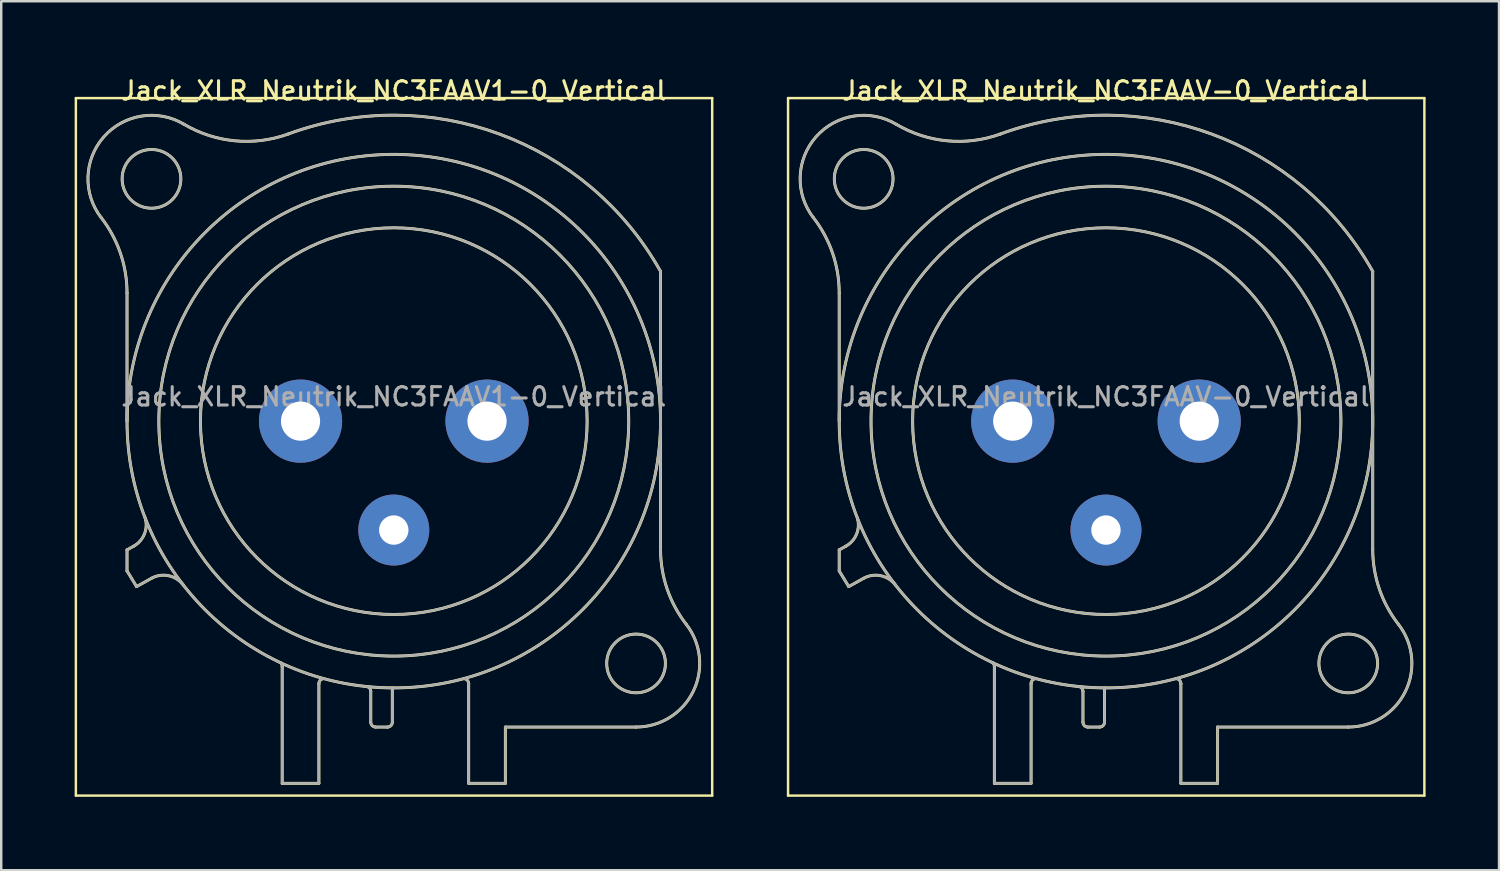
<source format=kicad_pcb>
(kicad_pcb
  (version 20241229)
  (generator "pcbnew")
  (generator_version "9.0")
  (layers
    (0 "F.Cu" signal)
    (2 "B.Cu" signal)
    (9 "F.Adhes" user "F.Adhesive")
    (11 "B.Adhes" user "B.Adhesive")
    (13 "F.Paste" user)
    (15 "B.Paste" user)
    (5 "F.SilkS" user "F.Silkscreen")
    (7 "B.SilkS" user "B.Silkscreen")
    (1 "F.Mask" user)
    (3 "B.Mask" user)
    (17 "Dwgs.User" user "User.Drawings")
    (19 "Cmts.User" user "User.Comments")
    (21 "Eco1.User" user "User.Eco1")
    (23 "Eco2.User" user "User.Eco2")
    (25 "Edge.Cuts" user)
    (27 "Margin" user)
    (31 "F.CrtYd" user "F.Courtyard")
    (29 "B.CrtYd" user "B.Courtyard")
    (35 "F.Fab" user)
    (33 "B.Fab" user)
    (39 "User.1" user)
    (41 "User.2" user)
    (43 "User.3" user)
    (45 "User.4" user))
  (footprint "Jack_XLR_Neutrik_NC3FAAV-0_Vertical"
    (layer "F.Cu")
    (at 45.95 14.158)
    (property "Reference" "Jack_XLR_Neutrik_NC3FAAV-0_Vertical" (at -3.81 -13.5 0) (layer "F.SilkS") (effects (font (size 0.75 0.75) (thickness 0.125))))
    (attr through_hole)
    (fp_line (start -16.8 -13.2) (end 9.2 -13.2) (stroke (width 0.1) (type solid)) (layer "F.SilkS"))
    (fp_line (start -16.8 15.3) (end -16.8 -13.2) (stroke (width 0.1) (type solid)) (layer "F.SilkS"))
    (fp_line (start -14.71 0) (end -14.71 -5.24) (stroke (width 0.12) (type solid)) (layer "F.SilkS"))
    (fp_line (start -14.71 5.26) (end -14.44 5.11) (stroke (width 0.12) (type solid)) (layer "F.SilkS"))
    (fp_line (start -14.71 6.12) (end -14.71 5.26) (stroke (width 0.12) (type solid)) (layer "F.SilkS"))
    (fp_line (start -14.32 6.76) (end -14.71 6.12) (stroke (width 0.12) (type solid)) (layer "F.SilkS"))
    (fp_line (start -13.71 6.42) (end -14.32 6.76) (stroke (width 0.12) (type solid)) (layer "F.SilkS"))
    (fp_line (start -8.37 10.03) (end -8.37 14.8) (stroke (width 0.12) (type solid)) (layer "F.SilkS"))
    (fp_line (start -6.87 14.8) (end -8.37 14.8) (stroke (width 0.12) (type solid)) (layer "F.SilkS"))
    (fp_line (start -6.87 14.8) (end -6.87 10.73) (stroke (width 0.12) (type solid)) (layer "F.SilkS"))
    (fp_line (start -4.75 11.04) (end -4.75 12.3) (stroke (width 0.12) (type solid)) (layer "F.SilkS"))
    (fp_line (start -4.07 12.5) (end -4.55 12.5) (stroke (width 0.12) (type solid)) (layer "F.SilkS"))
    (fp_line (start -3.87 10.9) (end -3.87 12.3) (stroke (width 0.12) (type solid)) (layer "F.SilkS"))
    (fp_line (start -0.75 10.73) (end -0.75 10.73) (stroke (width 0.12) (type solid)) (layer "F.SilkS"))
    (fp_line (start -0.75 14.8) (end -0.75 10.73) (stroke (width 0.12) (type solid)) (layer "F.SilkS"))
    (fp_line (start 0.75 12.5) (end 6.09 12.5) (stroke (width 0.12) (type solid)) (layer "F.SilkS"))
    (fp_line (start 0.75 14.8) (end -0.75 14.8) (stroke (width 0.12) (type solid)) (layer "F.SilkS"))
    (fp_line (start 0.75 14.8) (end 0.75 12.5) (stroke (width 0.12) (type solid)) (layer "F.SilkS"))
    (fp_line (start 7.09 5.24) (end 7.09 -6.12) (stroke (width 0.12) (type solid)) (layer "F.SilkS"))
    (fp_line (start 9.2 -13.2) (end 9.2 15.3) (stroke (width 0.1) (type solid)) (layer "F.SilkS"))
    (fp_line (start 9.2 15.3) (end -16.8 15.3) (stroke (width 0.1) (type solid)) (layer "F.SilkS"))
    (fp_arc (start -15.766689 -8.317569) (mid -14.98153 -6.866962) (end -14.71 -5.24) (stroke (width 0.12) (type solid)) (layer "F.SilkS"))
    (fp_arc (start -15.761979 -8.309032) (mid -15.65429 -11.620911) (end -12.38 -12.13) (stroke (width 0.12) (type solid)) (layer "F.SilkS"))
    (fp_arc (start -13.969214 3.951372) (mid -13.999461 4.614043) (end -14.44 5.11) (stroke (width 0.12) (type solid)) (layer "F.SilkS"))
    (fp_arc (start -13.71 6.42) (mid -13.01025 6.315915) (end -12.412202 6.693832) (stroke (width 0.12) (type solid)) (layer "F.SilkS"))
    (fp_arc (start -8.436364 9.870864) (mid -8.385177 9.942924) (end -8.37 10.03) (stroke (width 0.12) (type solid)) (layer "F.SilkS"))
    (fp_arc (start -8.12905 -11.730738) (mid 0.51404 -11.7289) (end 7.09 -6.12) (stroke (width 0.12) (type solid)) (layer "F.SilkS"))
    (fp_arc (start -8.118081 -11.733841) (mid -10.293498 -11.453642) (end -12.38 -12.13) (stroke (width 0.12) (type solid)) (layer "F.SilkS"))
    (fp_arc (start -6.87 10.73) (mid -6.814828 10.588126) (end -6.678303 10.520799) (stroke (width 0.12) (type solid)) (layer "F.SilkS"))
    (fp_arc (start -4.908418 10.84437) (mid -4.794571 10.914136) (end -4.75 11.04) (stroke (width 0.12) (type solid)) (layer "F.SilkS"))
    (fp_arc (start -4.55 12.5) (mid -4.691421 12.441421) (end -4.75 12.3) (stroke (width 0.12) (type solid)) (layer "F.SilkS"))
    (fp_arc (start -3.87 12.3) (mid -3.928579 12.441421) (end -4.07 12.5) (stroke (width 0.12) (type solid)) (layer "F.SilkS"))
    (fp_arc (start -0.949009 10.520288) (mid -0.807671 10.585446) (end -0.75 10.73) (stroke (width 0.12) (type solid)) (layer "F.SilkS"))
    (fp_arc (start 8.141619 8.302858) (mid 8.42587 11.041804) (end 6.09 12.5) (stroke (width 0.12) (type solid)) (layer "F.SilkS"))
    (fp_arc (start 8.14247 8.305283) (mid 7.360446 6.860467) (end 7.09 5.24) (stroke (width 0.12) (type solid)) (layer "F.SilkS"))
    (fp_circle (center -13.71 -9.9) (end -12.51 -9.9) (stroke (width 0.12) (type solid)) (fill no) (layer "F.SilkS"))
    (fp_circle (center -3.81 0) (end 4.09 0) (stroke (width 0.12) (type solid)) (fill no) (layer "F.SilkS"))
    (fp_circle (center -3.81 0) (end 5.79 0) (stroke (width 0.12) (type solid)) (fill no) (layer "F.SilkS"))
    (fp_circle (center -3.81 0) (end 7.09 0) (stroke (width 0.12) (type solid)) (fill no) (layer "F.SilkS"))
    (fp_circle (center 6.09 9.9) (end 7.29 9.9) (stroke (width 0.12) (type solid)) (fill no) (layer "F.SilkS"))
    (fp_line (start -14.71 0) (end -14.71 -5.24) (stroke (width 0.1) (type solid)) (layer "F.Fab"))
    (fp_line (start -14.71 5.26) (end -14.44 5.11) (stroke (width 0.1) (type solid)) (layer "F.Fab"))
    (fp_line (start -14.71 6.12) (end -14.71 5.26) (stroke (width 0.1) (type solid)) (layer "F.Fab"))
    (fp_line (start -14.32 6.76) (end -14.71 6.12) (stroke (width 0.1) (type solid)) (layer "F.Fab"))
    (fp_line (start -13.71 6.42) (end -14.32 6.76) (stroke (width 0.1) (type solid)) (layer "F.Fab"))
    (fp_line (start -8.37 10.03) (end -8.37 14.8) (stroke (width 0.1) (type solid)) (layer "F.Fab"))
    (fp_line (start -6.87 14.8) (end -8.37 14.8) (stroke (width 0.1) (type solid)) (layer "F.Fab"))
    (fp_line (start -6.87 14.8) (end -6.87 10.73) (stroke (width 0.1) (type solid)) (layer "F.Fab"))
    (fp_line (start -4.75 11.04) (end -4.75 12.3) (stroke (width 0.1) (type solid)) (layer "F.Fab"))
    (fp_line (start -4.07 12.5) (end -4.55 12.5) (stroke (width 0.1) (type solid)) (layer "F.Fab"))
    (fp_line (start -3.87 10.9) (end -3.87 12.3) (stroke (width 0.1) (type solid)) (layer "F.Fab"))
    (fp_line (start -0.75 10.73) (end -0.75 10.73) (stroke (width 0.1) (type solid)) (layer "F.Fab"))
    (fp_line (start -0.75 14.8) (end -0.75 10.73) (stroke (width 0.1) (type solid)) (layer "F.Fab"))
    (fp_line (start 0.75 12.5) (end 6.09 12.5) (stroke (width 0.1) (type solid)) (layer "F.Fab"))
    (fp_line (start 0.75 14.8) (end -0.75 14.8) (stroke (width 0.1) (type solid)) (layer "F.Fab"))
    (fp_line (start 0.75 14.8) (end 0.75 12.5) (stroke (width 0.1) (type solid)) (layer "F.Fab"))
    (fp_line (start 7.09 5.24) (end 7.09 -6.12) (stroke (width 0.1) (type solid)) (layer "F.Fab"))
    (fp_arc (start -15.766689 -8.317569) (mid -14.98153 -6.866962) (end -14.71 -5.24) (stroke (width 0.1) (type solid)) (layer "F.Fab"))
    (fp_arc (start -15.761979 -8.309032) (mid -15.65429 -11.620911) (end -12.38 -12.13) (stroke (width 0.1) (type solid)) (layer "F.Fab"))
    (fp_arc (start -13.969214 3.951372) (mid -13.999461 4.614043) (end -14.44 5.11) (stroke (width 0.1) (type solid)) (layer "F.Fab"))
    (fp_arc (start -13.71 6.42) (mid -13.01025 6.315915) (end -12.412202 6.693832) (stroke (width 0.1) (type solid)) (layer "F.Fab"))
    (fp_arc (start -8.436364 9.870864) (mid -8.385177 9.942924) (end -8.37 10.03) (stroke (width 0.1) (type solid)) (layer "F.Fab"))
    (fp_arc (start -8.12905 -11.730738) (mid 0.51404 -11.7289) (end 7.09 -6.12) (stroke (width 0.1) (type solid)) (layer "F.Fab"))
    (fp_arc (start -8.118081 -11.733841) (mid -10.293498 -11.453642) (end -12.38 -12.13) (stroke (width 0.1) (type solid)) (layer "F.Fab"))
    (fp_arc (start -6.87 10.73) (mid -6.814828 10.588126) (end -6.678303 10.520799) (stroke (width 0.1) (type solid)) (layer "F.Fab"))
    (fp_arc (start -4.908418 10.84437) (mid -4.794571 10.914136) (end -4.75 11.04) (stroke (width 0.1) (type solid)) (layer "F.Fab"))
    (fp_arc (start -4.55 12.5) (mid -4.691421 12.441421) (end -4.75 12.3) (stroke (width 0.1) (type solid)) (layer "F.Fab"))
    (fp_arc (start -3.87 12.3) (mid -3.928579 12.441421) (end -4.07 12.5) (stroke (width 0.1) (type solid)) (layer "F.Fab"))
    (fp_arc (start -0.949009 10.520288) (mid -0.807671 10.585446) (end -0.75 10.73) (stroke (width 0.1) (type solid)) (layer "F.Fab"))
    (fp_arc (start 8.141619 8.302858) (mid 8.42587 11.041804) (end 6.09 12.5) (stroke (width 0.1) (type solid)) (layer "F.Fab"))
    (fp_arc (start 8.14247 8.305283) (mid 7.360446 6.860467) (end 7.09 5.24) (stroke (width 0.1) (type solid)) (layer "F.Fab"))
    (fp_circle (center -13.71 -9.9) (end -12.51 -9.9) (stroke (width 0.1) (type solid)) (fill no) (layer "F.Fab"))
    (fp_circle (center -3.81 0) (end 4.09 0) (stroke (width 0.1) (type solid)) (fill no) (layer "F.Fab"))
    (fp_circle (center -3.81 0) (end 5.79 0) (stroke (width 0.1) (type solid)) (fill no) (layer "F.Fab"))
    (fp_circle (center -3.81 0) (end 7.09 0) (stroke (width 0.1) (type solid)) (fill no) (layer "F.Fab"))
    (fp_circle (center 6.09 9.9) (end 7.29 9.9) (stroke (width 0.1) (type solid)) (fill no) (layer "F.Fab"))
    (fp_text user "${REFERENCE}" (at -3.81 -1 0) (layer "F.Fab") (effects (font (size 0.75 0.75) (thickness 0.125))))
    (pad "1" thru_hole circle (at 0 0) (size 3.4 3.4) (drill 1.6) (layers "*.Cu" "*.Mask"))
    (pad "2" thru_hole circle (at -7.62 0) (size 3.4 3.4) (drill 1.6) (layers "*.Cu" "*.Mask"))
    (pad "3" thru_hole circle (at -3.81 4.45) (size 2.9 2.9) (drill 1.2) (layers "*.Cu" "*.Mask")))
  (footprint "Jack_XLR_Neutrik_NC3FAAV1-0_Vertical"
    (layer "F.Cu")
    (at 16.85 14.158)
    (property "Reference" "Jack_XLR_Neutrik_NC3FAAV1-0_Vertical" (at -3.81 -13.5 0) (layer "F.SilkS") (effects (font (size 0.75 0.75) (thickness 0.125))))
    (attr through_hole)
    (fp_line (start -16.8 -13.2) (end 9.2 -13.2) (stroke (width 0.1) (type solid)) (layer "F.SilkS"))
    (fp_line (start -16.8 15.3) (end -16.8 -13.2) (stroke (width 0.1) (type solid)) (layer "F.SilkS"))
    (fp_line (start -14.71 0) (end -14.71 -5.24) (stroke (width 0.12) (type solid)) (layer "F.SilkS"))
    (fp_line (start -14.71 5.26) (end -14.44 5.11) (stroke (width 0.12) (type solid)) (layer "F.SilkS"))
    (fp_line (start -14.71 6.12) (end -14.71 5.26) (stroke (width 0.12) (type solid)) (layer "F.SilkS"))
    (fp_line (start -14.32 6.76) (end -14.71 6.12) (stroke (width 0.12) (type solid)) (layer "F.SilkS"))
    (fp_line (start -13.71 6.42) (end -14.32 6.76) (stroke (width 0.12) (type solid)) (layer "F.SilkS"))
    (fp_line (start -8.37 10.03) (end -8.37 14.8) (stroke (width 0.12) (type solid)) (layer "F.SilkS"))
    (fp_line (start -6.87 14.8) (end -8.37 14.8) (stroke (width 0.12) (type solid)) (layer "F.SilkS"))
    (fp_line (start -6.87 14.8) (end -6.87 10.73) (stroke (width 0.12) (type solid)) (layer "F.SilkS"))
    (fp_line (start -4.75 11.04) (end -4.75 12.3) (stroke (width 0.12) (type solid)) (layer "F.SilkS"))
    (fp_line (start -4.07 12.5) (end -4.55 12.5) (stroke (width 0.12) (type solid)) (layer "F.SilkS"))
    (fp_line (start -3.87 10.9) (end -3.87 12.3) (stroke (width 0.12) (type solid)) (layer "F.SilkS"))
    (fp_line (start -0.75 10.73) (end -0.75 10.73) (stroke (width 0.12) (type solid)) (layer "F.SilkS"))
    (fp_line (start -0.75 14.8) (end -0.75 10.73) (stroke (width 0.12) (type solid)) (layer "F.SilkS"))
    (fp_line (start 0.75 12.5) (end 6.09 12.5) (stroke (width 0.12) (type solid)) (layer "F.SilkS"))
    (fp_line (start 0.75 14.8) (end -0.75 14.8) (stroke (width 0.12) (type solid)) (layer "F.SilkS"))
    (fp_line (start 0.75 14.8) (end 0.75 12.5) (stroke (width 0.12) (type solid)) (layer "F.SilkS"))
    (fp_line (start 7.09 5.24) (end 7.09 -6.12) (stroke (width 0.12) (type solid)) (layer "F.SilkS"))
    (fp_line (start 9.2 -13.2) (end 9.2 15.3) (stroke (width 0.1) (type solid)) (layer "F.SilkS"))
    (fp_line (start 9.2 15.3) (end -16.8 15.3) (stroke (width 0.1) (type solid)) (layer "F.SilkS"))
    (fp_arc (start -15.766689 -8.317569) (mid -14.98153 -6.866962) (end -14.71 -5.24) (stroke (width 0.12) (type solid)) (layer "F.SilkS"))
    (fp_arc (start -15.761979 -8.309032) (mid -15.65429 -11.620911) (end -12.38 -12.13) (stroke (width 0.12) (type solid)) (layer "F.SilkS"))
    (fp_arc (start -13.969214 3.951372) (mid -13.999461 4.614043) (end -14.44 5.11) (stroke (width 0.12) (type solid)) (layer "F.SilkS"))
    (fp_arc (start -13.71 6.42) (mid -13.01025 6.315915) (end -12.412202 6.693832) (stroke (width 0.12) (type solid)) (layer "F.SilkS"))
    (fp_arc (start -8.436364 9.870864) (mid -8.385177 9.942924) (end -8.37 10.03) (stroke (width 0.12) (type solid)) (layer "F.SilkS"))
    (fp_arc (start -8.12905 -11.730738) (mid 0.51404 -11.7289) (end 7.09 -6.12) (stroke (width 0.12) (type solid)) (layer "F.SilkS"))
    (fp_arc (start -8.118081 -11.733841) (mid -10.293498 -11.453642) (end -12.38 -12.13) (stroke (width 0.12) (type solid)) (layer "F.SilkS"))
    (fp_arc (start -6.87 10.73) (mid -6.814828 10.588126) (end -6.678303 10.520799) (stroke (width 0.12) (type solid)) (layer "F.SilkS"))
    (fp_arc (start -4.908418 10.84437) (mid -4.794571 10.914136) (end -4.75 11.04) (stroke (width 0.12) (type solid)) (layer "F.SilkS"))
    (fp_arc (start -4.55 12.5) (mid -4.691421 12.441421) (end -4.75 12.3) (stroke (width 0.12) (type solid)) (layer "F.SilkS"))
    (fp_arc (start -3.87 12.3) (mid -3.928579 12.441421) (end -4.07 12.5) (stroke (width 0.12) (type solid)) (layer "F.SilkS"))
    (fp_arc (start -0.949009 10.520288) (mid -0.807671 10.585446) (end -0.75 10.73) (stroke (width 0.12) (type solid)) (layer "F.SilkS"))
    (fp_arc (start 8.141619 8.302858) (mid 8.42587 11.041804) (end 6.09 12.5) (stroke (width 0.12) (type solid)) (layer "F.SilkS"))
    (fp_arc (start 8.14247 8.305283) (mid 7.360446 6.860467) (end 7.09 5.24) (stroke (width 0.12) (type solid)) (layer "F.SilkS"))
    (fp_circle (center -13.71 -9.9) (end -12.51 -9.9) (stroke (width 0.12) (type solid)) (fill no) (layer "F.SilkS"))
    (fp_circle (center -3.81 0) (end 4.09 0) (stroke (width 0.12) (type solid)) (fill no) (layer "F.SilkS"))
    (fp_circle (center -3.81 0) (end 5.79 0) (stroke (width 0.12) (type solid)) (fill no) (layer "F.SilkS"))
    (fp_circle (center -3.81 0) (end 7.09 0) (stroke (width 0.12) (type solid)) (fill no) (layer "F.SilkS"))
    (fp_circle (center 6.09 9.9) (end 7.29 9.9) (stroke (width 0.12) (type solid)) (fill no) (layer "F.SilkS"))
    (fp_line (start -14.71 0) (end -14.71 -5.24) (stroke (width 0.1) (type solid)) (layer "F.Fab"))
    (fp_line (start -14.71 5.26) (end -14.44 5.11) (stroke (width 0.1) (type solid)) (layer "F.Fab"))
    (fp_line (start -14.71 6.12) (end -14.71 5.26) (stroke (width 0.1) (type solid)) (layer "F.Fab"))
    (fp_line (start -14.32 6.76) (end -14.71 6.12) (stroke (width 0.1) (type solid)) (layer "F.Fab"))
    (fp_line (start -13.71 6.42) (end -14.32 6.76) (stroke (width 0.1) (type solid)) (layer "F.Fab"))
    (fp_line (start -8.37 10.03) (end -8.37 14.8) (stroke (width 0.1) (type solid)) (layer "F.Fab"))
    (fp_line (start -6.87 14.8) (end -8.37 14.8) (stroke (width 0.1) (type solid)) (layer "F.Fab"))
    (fp_line (start -6.87 14.8) (end -6.87 10.73) (stroke (width 0.1) (type solid)) (layer "F.Fab"))
    (fp_line (start -4.75 11.04) (end -4.75 12.3) (stroke (width 0.1) (type solid)) (layer "F.Fab"))
    (fp_line (start -4.07 12.5) (end -4.55 12.5) (stroke (width 0.1) (type solid)) (layer "F.Fab"))
    (fp_line (start -3.87 10.9) (end -3.87 12.3) (stroke (width 0.1) (type solid)) (layer "F.Fab"))
    (fp_line (start -0.75 10.73) (end -0.75 10.73) (stroke (width 0.1) (type solid)) (layer "F.Fab"))
    (fp_line (start -0.75 14.8) (end -0.75 10.73) (stroke (width 0.1) (type solid)) (layer "F.Fab"))
    (fp_line (start 0.75 12.5) (end 6.09 12.5) (stroke (width 0.1) (type solid)) (layer "F.Fab"))
    (fp_line (start 0.75 14.8) (end -0.75 14.8) (stroke (width 0.1) (type solid)) (layer "F.Fab"))
    (fp_line (start 0.75 14.8) (end 0.75 12.5) (stroke (width 0.1) (type solid)) (layer "F.Fab"))
    (fp_line (start 7.09 5.24) (end 7.09 -6.12) (stroke (width 0.1) (type solid)) (layer "F.Fab"))
    (fp_arc (start -15.766689 -8.317569) (mid -14.98153 -6.866962) (end -14.71 -5.24) (stroke (width 0.1) (type solid)) (layer "F.Fab"))
    (fp_arc (start -15.761979 -8.309032) (mid -15.65429 -11.620911) (end -12.38 -12.13) (stroke (width 0.1) (type solid)) (layer "F.Fab"))
    (fp_arc (start -13.969214 3.951372) (mid -13.999461 4.614043) (end -14.44 5.11) (stroke (width 0.1) (type solid)) (layer "F.Fab"))
    (fp_arc (start -13.71 6.42) (mid -13.01025 6.315915) (end -12.412202 6.693832) (stroke (width 0.1) (type solid)) (layer "F.Fab"))
    (fp_arc (start -8.436364 9.870864) (mid -8.385177 9.942924) (end -8.37 10.03) (stroke (width 0.1) (type solid)) (layer "F.Fab"))
    (fp_arc (start -8.12905 -11.730738) (mid 0.51404 -11.7289) (end 7.09 -6.12) (stroke (width 0.1) (type solid)) (layer "F.Fab"))
    (fp_arc (start -8.118081 -11.733841) (mid -10.293498 -11.453642) (end -12.38 -12.13) (stroke (width 0.1) (type solid)) (layer "F.Fab"))
    (fp_arc (start -6.87 10.73) (mid -6.814828 10.588126) (end -6.678303 10.520799) (stroke (width 0.1) (type solid)) (layer "F.Fab"))
    (fp_arc (start -4.908418 10.84437) (mid -4.794571 10.914136) (end -4.75 11.04) (stroke (width 0.1) (type solid)) (layer "F.Fab"))
    (fp_arc (start -4.55 12.5) (mid -4.691421 12.441421) (end -4.75 12.3) (stroke (width 0.1) (type solid)) (layer "F.Fab"))
    (fp_arc (start -3.87 12.3) (mid -3.928579 12.441421) (end -4.07 12.5) (stroke (width 0.1) (type solid)) (layer "F.Fab"))
    (fp_arc (start -0.949009 10.520288) (mid -0.807671 10.585446) (end -0.75 10.73) (stroke (width 0.1) (type solid)) (layer "F.Fab"))
    (fp_arc (start 8.141619 8.302858) (mid 8.42587 11.041804) (end 6.09 12.5) (stroke (width 0.1) (type solid)) (layer "F.Fab"))
    (fp_arc (start 8.14247 8.305283) (mid 7.360446 6.860467) (end 7.09 5.24) (stroke (width 0.1) (type solid)) (layer "F.Fab"))
    (fp_circle (center -13.71 -9.9) (end -12.51 -9.9) (stroke (width 0.1) (type solid)) (fill no) (layer "F.Fab"))
    (fp_circle (center -3.81 0) (end 4.09 0) (stroke (width 0.1) (type solid)) (fill no) (layer "F.Fab"))
    (fp_circle (center -3.81 0) (end 5.79 0) (stroke (width 0.1) (type solid)) (fill no) (layer "F.Fab"))
    (fp_circle (center -3.81 0) (end 7.09 0) (stroke (width 0.1) (type solid)) (fill no) (layer "F.Fab"))
    (fp_circle (center 6.09 9.9) (end 7.29 9.9) (stroke (width 0.1) (type solid)) (fill no) (layer "F.Fab"))
    (fp_text user "${REFERENCE}" (at -3.81 -1 0) (layer "F.Fab") (effects (font (size 0.75 0.75) (thickness 0.125))))
    (pad "1" thru_hole circle (at 0 0) (size 3.4 3.4) (drill 1.6) (layers "*.Cu" "*.Mask"))
    (pad "2" thru_hole circle (at -7.62 0) (size 3.4 3.4) (drill 1.6) (layers "*.Cu" "*.Mask"))
    (pad "3" thru_hole circle (at -3.81 4.45) (size 2.9 2.9) (drill 1.2) (layers "*.Cu" "*.Mask")))
  (gr_rect
    (start -3 -3)
    (end 58.2 32.508)
    (stroke (width 0.1) (type default))
    (fill no)
    (layer "Edge.Cuts")))
</source>
